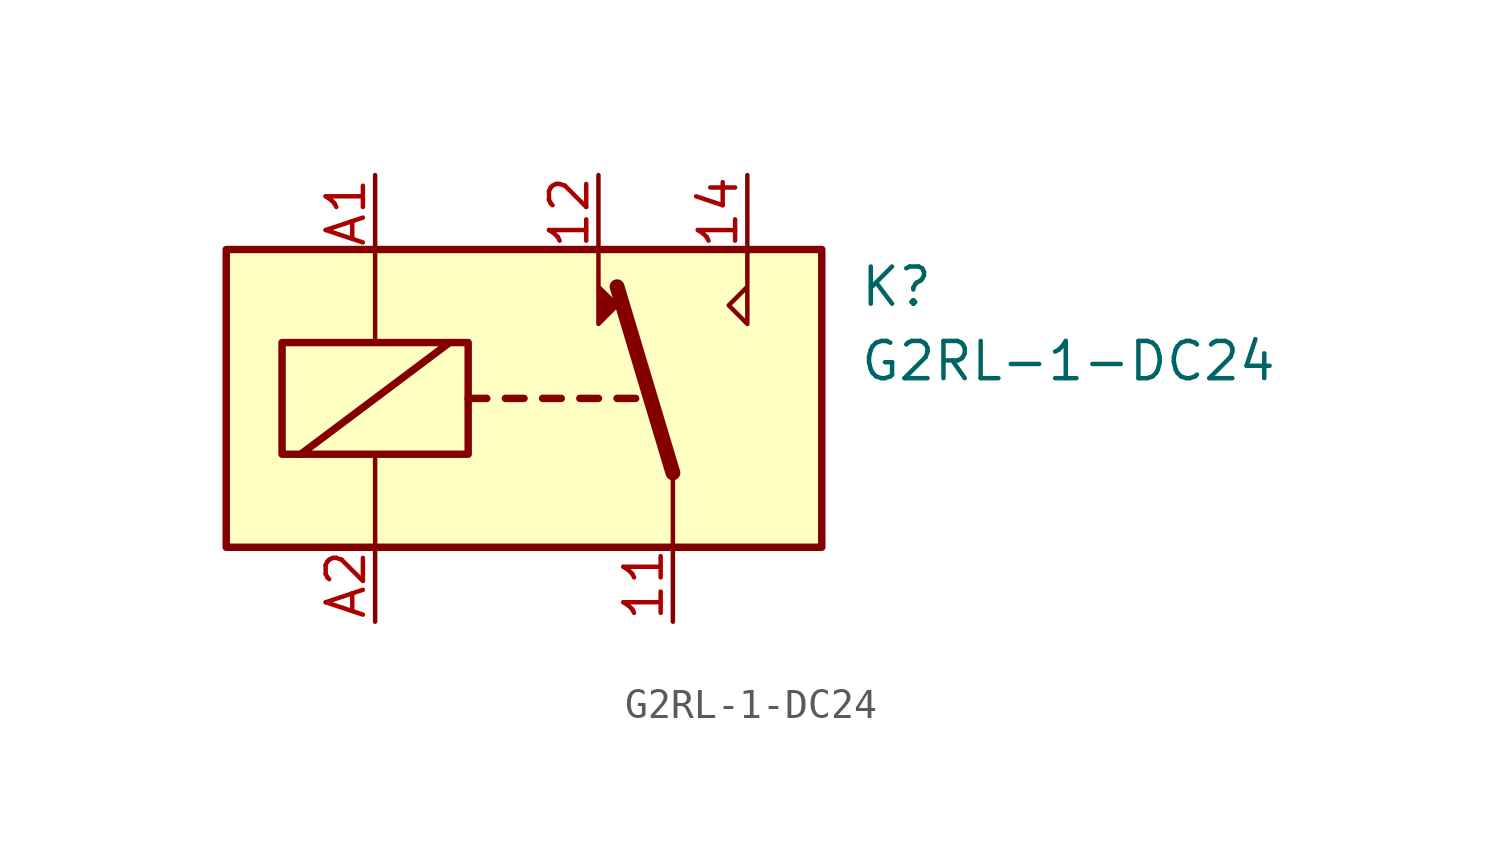
<source format=kicad_sym>
(kicad_symbol_lib
  (version 20211014)
  (symbol "G2RL-1-DC24"
    (property "Reference" "K"
      (at 11.43 3.81 0)
      (effects (font (size 1.27 1.27)) (justify left)))
    (property "Value" "G2RL-1-DC24"
      (at 11.43 1.27 0)
      (effects (font (size 1.27 1.27)) (justify left)))
    (symbol "G2RL-1-DC24_0_0"
      (polyline (pts (xy 7.62 5.08) (xy 7.62 2.54) (xy 6.985 3.175) (xy 7.62 3.81)) (stroke (width 0) (type default)) (fill (type none))))
    (symbol "G2RL-1-DC24_0_1"
      (rectangle (start -10.16 5.08) (end 10.16 -5.08) (stroke (width 0.254) (type default)) (fill (type background)))
      (rectangle (start -8.255 1.905) (end -1.905 -1.905) (stroke (width 0.254) (type default)) (fill (type none)))
      (polyline (pts (xy -7.62 -1.905) (xy -2.54 1.905)) (stroke (width 0.254) (type default)) (fill (type none)))
      (polyline (pts (xy -5.08 5.08) (xy -5.08 1.905)) (stroke (width 0) (type default)) (fill (type none)))
      (polyline (pts (xy -5.08 -5.08) (xy -5.08 -1.905)) (stroke (width 0) (type default)) (fill (type none)))
      (polyline (pts (xy -1.905 0) (xy -1.27 0)) (stroke (width 0.254) (type default)) (fill (type none)))
      (polyline (pts (xy -0.635 0) (xy 0 0)) (stroke (width 0.254) (type default)) (fill (type none)))
      (polyline (pts (xy 0.635 0) (xy 1.27 0)) (stroke (width 0.254) (type default)) (fill (type none)))
      (polyline (pts (xy 1.905 0) (xy 2.54 0)) (stroke (width 0.254) (type default)) (fill (type none)))
      (polyline (pts (xy 2.54 5.08) (xy 2.54 2.54) (xy 3.175 3.175) (xy 2.54 3.81)) (stroke (width 0) (type default)) (fill (type outline)))
      (polyline (pts (xy 3.175 0) (xy 3.81 0)) (stroke (width 0.254) (type default)) (fill (type none)))
      (polyline (pts (xy 5.08 -2.54) (xy 3.175 3.81)) (stroke (width 0.508) (type default)) (fill (type none)))
      (polyline (pts (xy 5.08 -2.54) (xy 5.08 -5.08)) (stroke (width 0) (type default)) (fill (type none))))
    (symbol "G2RL-1-DC24_1_1"
      (pin passive line (at -5.08 7.62 270) (length 2.54) (name "~" (effects (font (size 1.27 1.27)))) (number "A1" (effects (font (size 1.27 1.27)))))
      (pin passive line (at -5.08 -7.62 90) (length 2.54) (name "~" (effects (font (size 1.27 1.27)))) (number "A2" (effects (font (size 1.27 1.27)))))
      (pin passive line (at 2.54 7.62 270) (length 2.54) (name "~" (effects (font (size 1.27 1.27)))) (number "12" (effects (font (size 1.27 1.27)))))
      (pin passive line (at 5.08 -7.62 90) (length 2.54) (name "~" (effects (font (size 1.27 1.27)))) (number "11" (effects (font (size 1.27 1.27)))))
      (pin passive line (at 7.62 7.62 270) (length 2.54) (name "~" (effects (font (size 1.27 1.27)))) (number "14" (effects (font (size 1.27 1.27))))))))
</source>
